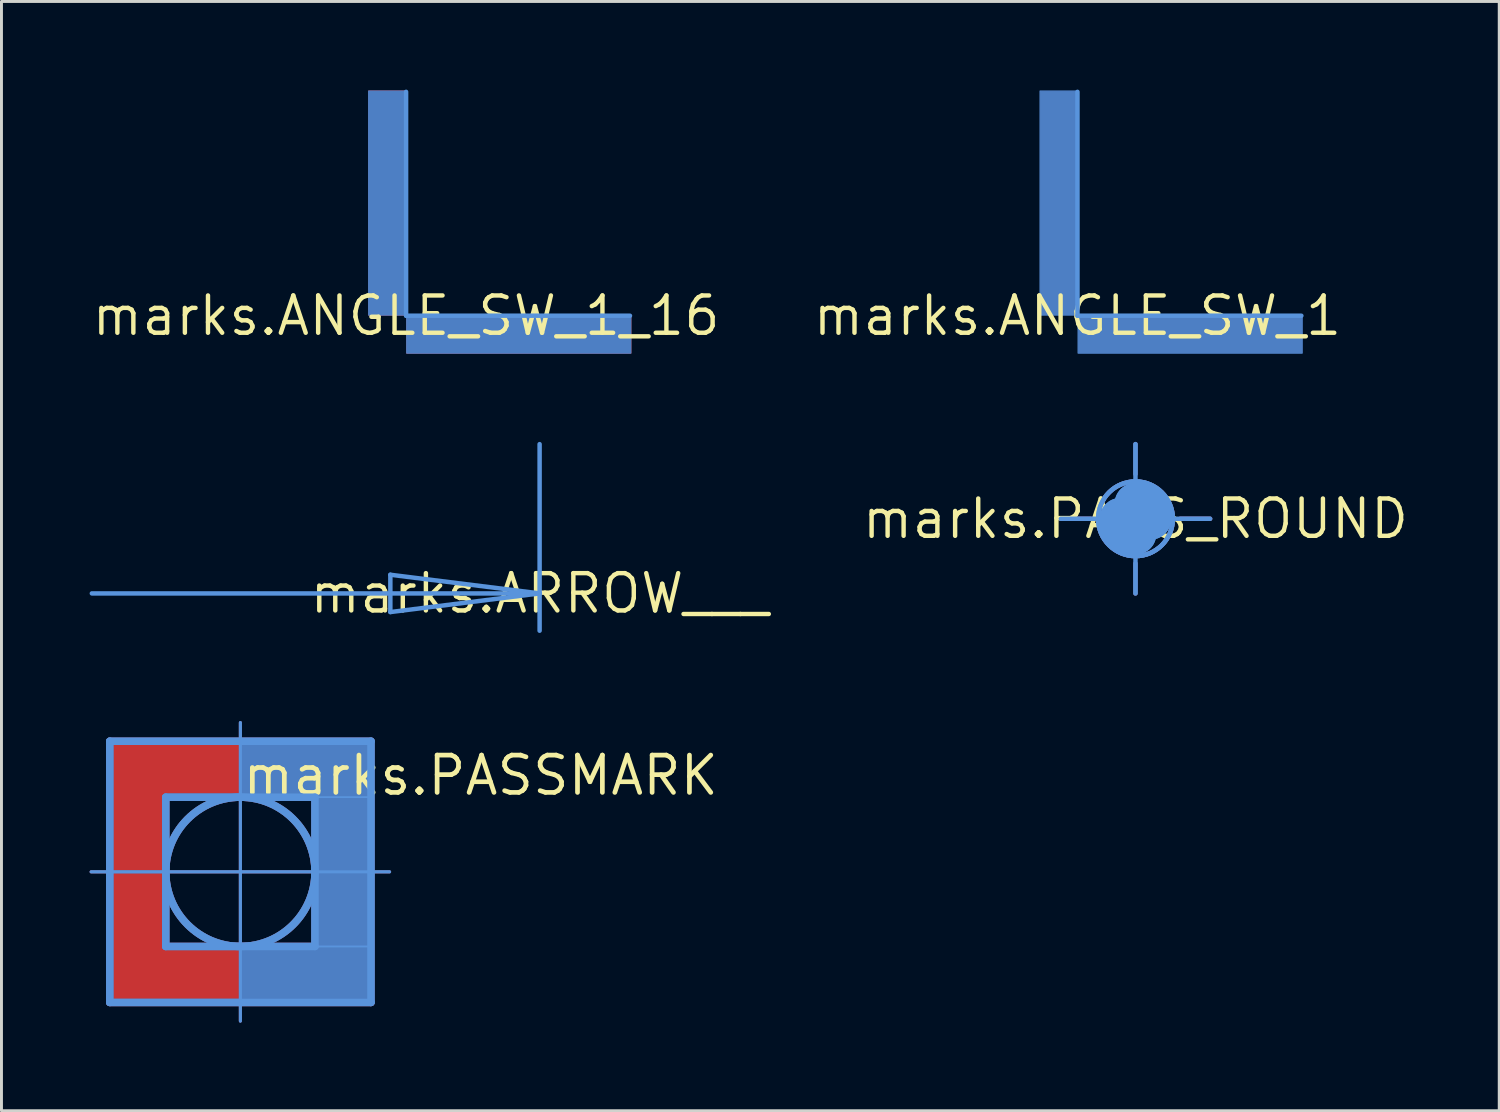
<source format=kicad_pcb>
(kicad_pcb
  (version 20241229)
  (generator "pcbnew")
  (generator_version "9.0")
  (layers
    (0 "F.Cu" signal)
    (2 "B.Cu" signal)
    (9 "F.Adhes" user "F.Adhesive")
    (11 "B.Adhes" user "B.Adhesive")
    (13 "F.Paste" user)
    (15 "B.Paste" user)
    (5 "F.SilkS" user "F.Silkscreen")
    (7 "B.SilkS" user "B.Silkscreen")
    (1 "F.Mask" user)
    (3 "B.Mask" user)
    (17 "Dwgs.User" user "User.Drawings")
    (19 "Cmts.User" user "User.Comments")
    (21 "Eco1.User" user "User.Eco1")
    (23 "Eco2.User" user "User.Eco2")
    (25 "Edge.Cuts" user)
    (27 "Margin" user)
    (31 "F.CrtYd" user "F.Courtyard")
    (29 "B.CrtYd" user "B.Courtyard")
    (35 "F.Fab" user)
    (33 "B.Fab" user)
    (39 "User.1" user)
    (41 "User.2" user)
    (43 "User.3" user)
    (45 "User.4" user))
  (footprint "marks.ARROW___"
    (layer "F.Cu")
    (at 15.316 17.147)
    (property "Reference" "marks.ARROW___" (at 0 0 0) (layer "F.SilkS") (effects (font (size 1.27 1.27) (thickness 0.15))))
    (fp_line (start -5.08 -0.635) (end 0 0) (stroke (width 0.152) (type default)) (layer "Cmts.User"))
    (fp_line (start -5.08 0.635) (end -5.08 -0.635) (stroke (width 0.152) (type default)) (layer "Cmts.User"))
    (fp_line (start 0 0) (end -15.24 0) (stroke (width 0.152) (type default)) (layer "Cmts.User"))
    (fp_line (start 0 0) (end -5.08 0.635) (stroke (width 0.152) (type default)) (layer "Cmts.User"))
    (fp_line (start 0 0) (end 0 -5.08) (stroke (width 0.152) (type default)) (layer "Cmts.User"))
    (fp_line (start 0 1.27) (end 0 0) (stroke (width 0.152) (type default)) (layer "Cmts.User")))
  (footprint "marks.PASSMARK"
    (layer "F.Cu")
    (at 5.131 26.624)
    (property "Reference" "marks.PASSMARK" (at 0 -2.54 0) (layer "F.SilkS") (effects (font (size 1.27 1.27) (thickness 0.16)) (justify left bottom)))
    (fp_line (start -4.445 -4.445) (end -4.445 4.445) (stroke (width 0.254) (type default)) (layer "F.Cu"))
    (fp_line (start -4.445 4.445) (end 4.445 4.445) (stroke (width 0.254) (type default)) (layer "F.Cu"))
    (fp_line (start -2.54 -2.54) (end 2.54 -2.54) (stroke (width 0.254) (type default)) (layer "F.Cu"))
    (fp_line (start -2.54 2.54) (end -2.54 -2.54) (stroke (width 0.254) (type default)) (layer "F.Cu"))
    (fp_line (start 0 5.08) (end 0 -5.08) (stroke (width 0.102) (type default)) (layer "F.Cu"))
    (fp_line (start 2.54 -2.54) (end 2.54 2.54) (stroke (width 0.254) (type default)) (layer "F.Cu"))
    (fp_line (start 2.54 2.54) (end -2.54 2.54) (stroke (width 0.254) (type default)) (layer "F.Cu"))
    (fp_line (start 4.445 -4.445) (end -4.445 -4.445) (stroke (width 0.254) (type default)) (layer "F.Cu"))
    (fp_line (start 4.445 0) (end -5.08 0) (stroke (width 0.102) (type default)) (layer "F.Cu"))
    (fp_line (start 4.445 0) (end 4.445 -4.445) (stroke (width 0.254) (type default)) (layer "F.Cu"))
    (fp_line (start 4.445 4.445) (end 4.445 0) (stroke (width 0.254) (type default)) (layer "F.Cu"))
    (fp_line (start 5.08 0) (end 4.445 0) (stroke (width 0.102) (type default)) (layer "F.Cu"))
    (fp_rect (start -4.445 -2.54) (end 0 -4.445) (stroke (width 0.05) (type default)) (fill yes) (layer "F.Cu"))
    (fp_rect (start -4.445 2.54) (end -2.54 -2.54) (stroke (width 0.05) (type default)) (fill yes) (layer "F.Cu"))
    (fp_rect (start -4.445 4.445) (end 0 2.54) (stroke (width 0.05) (type default)) (fill yes) (layer "F.Cu"))
    (fp_circle (center 0 0) (end 2.54 0) (stroke (width 0.254) (type default)) (fill no) (layer "F.Cu"))
    (fp_rect (start -5.08 5.08) (end 5.08 -5.08) (stroke (width 0.05) (type default)) (fill yes) (layer "F.Mask"))
    (fp_line (start -5.08 0) (end -4.445 0) (stroke (width 0.102) (type default)) (layer "B.Cu"))
    (fp_line (start -4.445 -4.445) (end 4.445 -4.445) (stroke (width 0.254) (type default)) (layer "B.Cu"))
    (fp_line (start -4.445 0) (end -4.445 -4.445) (stroke (width 0.254) (type default)) (layer "B.Cu"))
    (fp_line (start -4.445 0) (end 5.08 0) (stroke (width 0.102) (type default)) (layer "B.Cu"))
    (fp_line (start -4.445 4.445) (end -4.445 0) (stroke (width 0.254) (type default)) (layer "B.Cu"))
    (fp_line (start -2.54 -2.54) (end -2.54 2.54) (stroke (width 0.254) (type default)) (layer "B.Cu"))
    (fp_line (start -2.54 2.54) (end 2.54 2.54) (stroke (width 0.254) (type default)) (layer "B.Cu"))
    (fp_line (start 0 5.08) (end 0 -5.08) (stroke (width 0.102) (type default)) (layer "B.Cu"))
    (fp_line (start 2.54 -2.54) (end -2.54 -2.54) (stroke (width 0.254) (type default)) (layer "B.Cu"))
    (fp_line (start 2.54 2.54) (end 2.54 -2.54) (stroke (width 0.254) (type default)) (layer "B.Cu"))
    (fp_line (start 4.445 -4.445) (end 4.445 4.445) (stroke (width 0.254) (type default)) (layer "B.Cu"))
    (fp_line (start 4.445 4.445) (end -4.445 4.445) (stroke (width 0.254) (type default)) (layer "B.Cu"))
    (fp_rect (start 0 -2.54) (end 4.445 -4.445) (stroke (width 0.05) (type default)) (fill yes) (layer "B.Cu"))
    (fp_rect (start 0 4.445) (end 4.445 2.54) (stroke (width 0.05) (type default)) (fill yes) (layer "B.Cu"))
    (fp_rect (start 2.54 2.54) (end 4.445 -2.54) (stroke (width 0.05) (type default)) (fill yes) (layer "B.Cu"))
    (fp_circle (center 0 0) (end 2.54 0) (stroke (width 0.254) (type default)) (fill no) (layer "B.Cu"))
    (fp_rect (start -5.08 5.08) (end 5.08 -5.08) (stroke (width 0.05) (type default)) (fill yes) (layer "B.Mask"))
    (fp_line (start -5.08 0) (end -4.445 0) (stroke (width 0.102) (type default)) (layer "Cmts.User"))
    (fp_line (start -4.445 -4.445) (end 4.445 -4.445) (stroke (width 0.254) (type default)) (layer "Cmts.User"))
    (fp_line (start -4.445 0) (end -4.445 -4.445) (stroke (width 0.254) (type default)) (layer "Cmts.User"))
    (fp_line (start -4.445 0) (end 5.08 0) (stroke (width 0.102) (type default)) (layer "Cmts.User"))
    (fp_line (start -4.445 4.445) (end -4.445 0) (stroke (width 0.254) (type default)) (layer "Cmts.User"))
    (fp_line (start -2.54 -2.54) (end -2.54 2.54) (stroke (width 0.254) (type default)) (layer "Cmts.User"))
    (fp_line (start -2.54 2.54) (end 2.54 2.54) (stroke (width 0.254) (type default)) (layer "Cmts.User"))
    (fp_line (start 0 5.08) (end 0 -5.08) (stroke (width 0.102) (type default)) (layer "Cmts.User"))
    (fp_line (start 2.54 -2.54) (end -2.54 -2.54) (stroke (width 0.254) (type default)) (layer "Cmts.User"))
    (fp_line (start 2.54 2.54) (end 2.54 -2.54) (stroke (width 0.254) (type default)) (layer "Cmts.User"))
    (fp_line (start 4.445 -4.445) (end 4.445 4.445) (stroke (width 0.254) (type default)) (layer "Cmts.User"))
    (fp_line (start 4.445 4.445) (end -4.445 4.445) (stroke (width 0.254) (type default)) (layer "Cmts.User"))
    (fp_rect (start 0 -2.54) (end 4.445 -4.445) (stroke (width 0.05) (type default)) (fill no) (layer "Cmts.User"))
    (fp_rect (start 0 4.445) (end 4.445 2.54) (stroke (width 0.05) (type default)) (fill no) (layer "Cmts.User"))
    (fp_rect (start 2.54 2.54) (end 4.445 -2.54) (stroke (width 0.05) (type default)) (fill no) (layer "Cmts.User"))
    (fp_circle (center 0 0) (end 2.54 0) (stroke (width 0.254) (type default)) (fill no) (layer "Cmts.User")))
  (footprint "marks.PASS_ROUND"
    (layer "F.Cu")
    (at 35.597 14.607)
    (property "Reference" "marks.PASS_ROUND" (at 0 0 0) (layer "F.SilkS") (effects (font (size 1.27 1.27) (thickness 0.15))))
    (fp_line (start -2.54 0) (end -1.524 0) (stroke (width 0.152) (type default)) (layer "F.Cu"))
    (fp_line (start 0 -2.54) (end 0 -1.524) (stroke (width 0.152) (type default)) (layer "F.Cu"))
    (fp_line (start 0 2.54) (end 0 1.524) (stroke (width 0.152) (type default)) (layer "F.Cu"))
    (fp_line (start 2.54 0) (end 1.524 0) (stroke (width 0.152) (type default)) (layer "F.Cu"))
    (fp_arc (start -0.0254 0.5842) (mid -0.420531 0.420531) (end -0.5842 0.0254) (stroke (width 1.1176) (type default)) (layer "F.Cu"))
    (fp_arc (start 0.0254 -0.5842) (mid 0.420531 -0.420531) (end 0.5842 -0.0254) (stroke (width 1.1176) (type default)) (layer "F.Cu"))
    (fp_circle (center 0 0) (end 1.27 0) (stroke (width 0.152) (type default)) (fill no) (layer "F.Cu"))
    (fp_circle (center 0 0) (end 2.54 0) (stroke (width 0.1) (type default)) (fill no) (layer "F.Mask"))
    (fp_line (start -2.54 0) (end -1.524 0) (stroke (width 0.152) (type default)) (layer "B.Cu"))
    (fp_line (start 0 -2.54) (end 0 -1.524) (stroke (width 0.152) (type default)) (layer "B.Cu"))
    (fp_line (start 0 2.54) (end 0 1.524) (stroke (width 0.152) (type default)) (layer "B.Cu"))
    (fp_line (start 2.54 0) (end 1.524 0) (stroke (width 0.152) (type default)) (layer "B.Cu"))
    (fp_arc (start -0.0254 0.5842) (mid -0.420531 0.420531) (end -0.5842 0.0254) (stroke (width 1.1176) (type default)) (layer "B.Cu"))
    (fp_arc (start 0.0254 -0.5842) (mid 0.420531 -0.420531) (end 0.5842 -0.0254) (stroke (width 1.1176) (type default)) (layer "B.Cu"))
    (fp_circle (center 0 0) (end 1.27 0) (stroke (width 0.152) (type default)) (fill no) (layer "B.Cu"))
    (fp_circle (center 0 0) (end 2.54 0) (stroke (width 0.1) (type default)) (fill no) (layer "B.Mask"))
    (fp_line (start -2.54 0) (end -1.27 0) (stroke (width 0.152) (type default)) (layer "Cmts.User"))
    (fp_line (start 0 -2.54) (end 0 -1.27) (stroke (width 0.152) (type default)) (layer "Cmts.User"))
    (fp_line (start 0 2.54) (end 0 1.27) (stroke (width 0.152) (type default)) (layer "Cmts.User"))
    (fp_line (start 2.54 0) (end 1.27 0) (stroke (width 0.152) (type default)) (layer "Cmts.User"))
    (fp_arc (start 0 -0.508) (mid 0.35921 -0.35921) (end 0.508 0) (stroke (width 1.4224) (type default)) (layer "Cmts.User"))
    (fp_arc (start 0 -0.508) (mid 0.35921 -0.35921) (end 0.508 0) (stroke (width 1.4224) (type default)) (layer "Cmts.User"))
    (fp_arc (start 0 0.508) (mid -0.35921 0.35921) (end -0.508 0) (stroke (width 1.4224) (type default)) (layer "Cmts.User"))
    (fp_arc (start 0 0.508) (mid -0.35921 0.35921) (end -0.508 0) (stroke (width 1.4224) (type default)) (layer "Cmts.User"))
    (fp_circle (center 0 0) (end 1.27 0) (stroke (width 0.152) (type default)) (fill no) (layer "Cmts.User"))
    (fp_circle (center 0 0) (end 1.27 0) (stroke (width 0.152) (type default)) (fill no) (layer "Cmts.User")))
  (footprint "marks.ANGLE_SW_1_16"
    (layer "B.Cu")
    (at 10.772 7.696)
    (property "Reference" "marks.ANGLE_SW_1_16" (at 0 0 0) (layer "F.SilkS") (effects (font (size 1.27 1.27) (thickness 0.15))))
    (fp_rect (start -1.27 -0.025) (end 0 -7.645) (stroke (width 0.05) (type default)) (fill yes) (layer "F.Cu"))
    (fp_rect (start 0.025 1.27) (end 7.645 0) (stroke (width 0.05) (type default)) (fill yes) (layer "F.Cu"))
    (fp_line (start 0 -7.62) (end 0 0) (stroke (width 0.127) (type default)) (layer "F.Mask"))
    (fp_line (start 7.62 0) (end 0 0) (stroke (width 0.127) (type default)) (layer "F.Mask"))
    (fp_rect (start -1.27 -0.025) (end 0 -7.645) (stroke (width 0.05) (type default)) (fill yes) (layer "B.Cu"))
    (fp_rect (start 0.025 1.27) (end 7.645 0) (stroke (width 0.05) (type default)) (fill yes) (layer "B.Cu"))
    (fp_line (start 0 0) (end 0 -7.62) (stroke (width 0.127) (type default)) (layer "B.Mask"))
    (fp_line (start 7.62 0) (end 0 0) (stroke (width 0.127) (type default)) (layer "B.Mask"))
    (fp_line (start 0 0) (end 0 -7.62) (stroke (width 0.152) (type default)) (layer "Cmts.User"))
    (fp_line (start 7.62 0) (end 0 0) (stroke (width 0.152) (type default)) (layer "Cmts.User")))
  (footprint "marks.ANGLE_SW_1"
    (layer "B.Cu")
    (at 33.623 7.696)
    (property "Reference" "marks.ANGLE_SW_1" (at 0 0 0) (layer "F.SilkS") (effects (font (size 1.27 1.27) (thickness 0.15))))
    (fp_rect (start -1.27 -0.025) (end 0 -7.645) (stroke (width 0.05) (type default)) (fill yes) (layer "B.Cu"))
    (fp_rect (start 0.025 1.27) (end 7.645 0) (stroke (width 0.05) (type default)) (fill yes) (layer "B.Cu"))
    (fp_line (start 0 0) (end 0 -7.62) (stroke (width 0.127) (type default)) (layer "B.Mask"))
    (fp_line (start 7.62 0) (end 0 0) (stroke (width 0.127) (type default)) (layer "B.Mask"))
    (fp_line (start 0 0) (end 0 -7.62) (stroke (width 0.152) (type default)) (layer "Cmts.User"))
    (fp_line (start 7.62 0) (end 0 0) (stroke (width 0.152) (type default)) (layer "Cmts.User")))
  (gr_rect
    (start -3 -3)
    (end 47.978 34.755)
    (stroke (width 0.1) (type default))
    (fill no)
    (layer "Edge.Cuts")))
</source>
